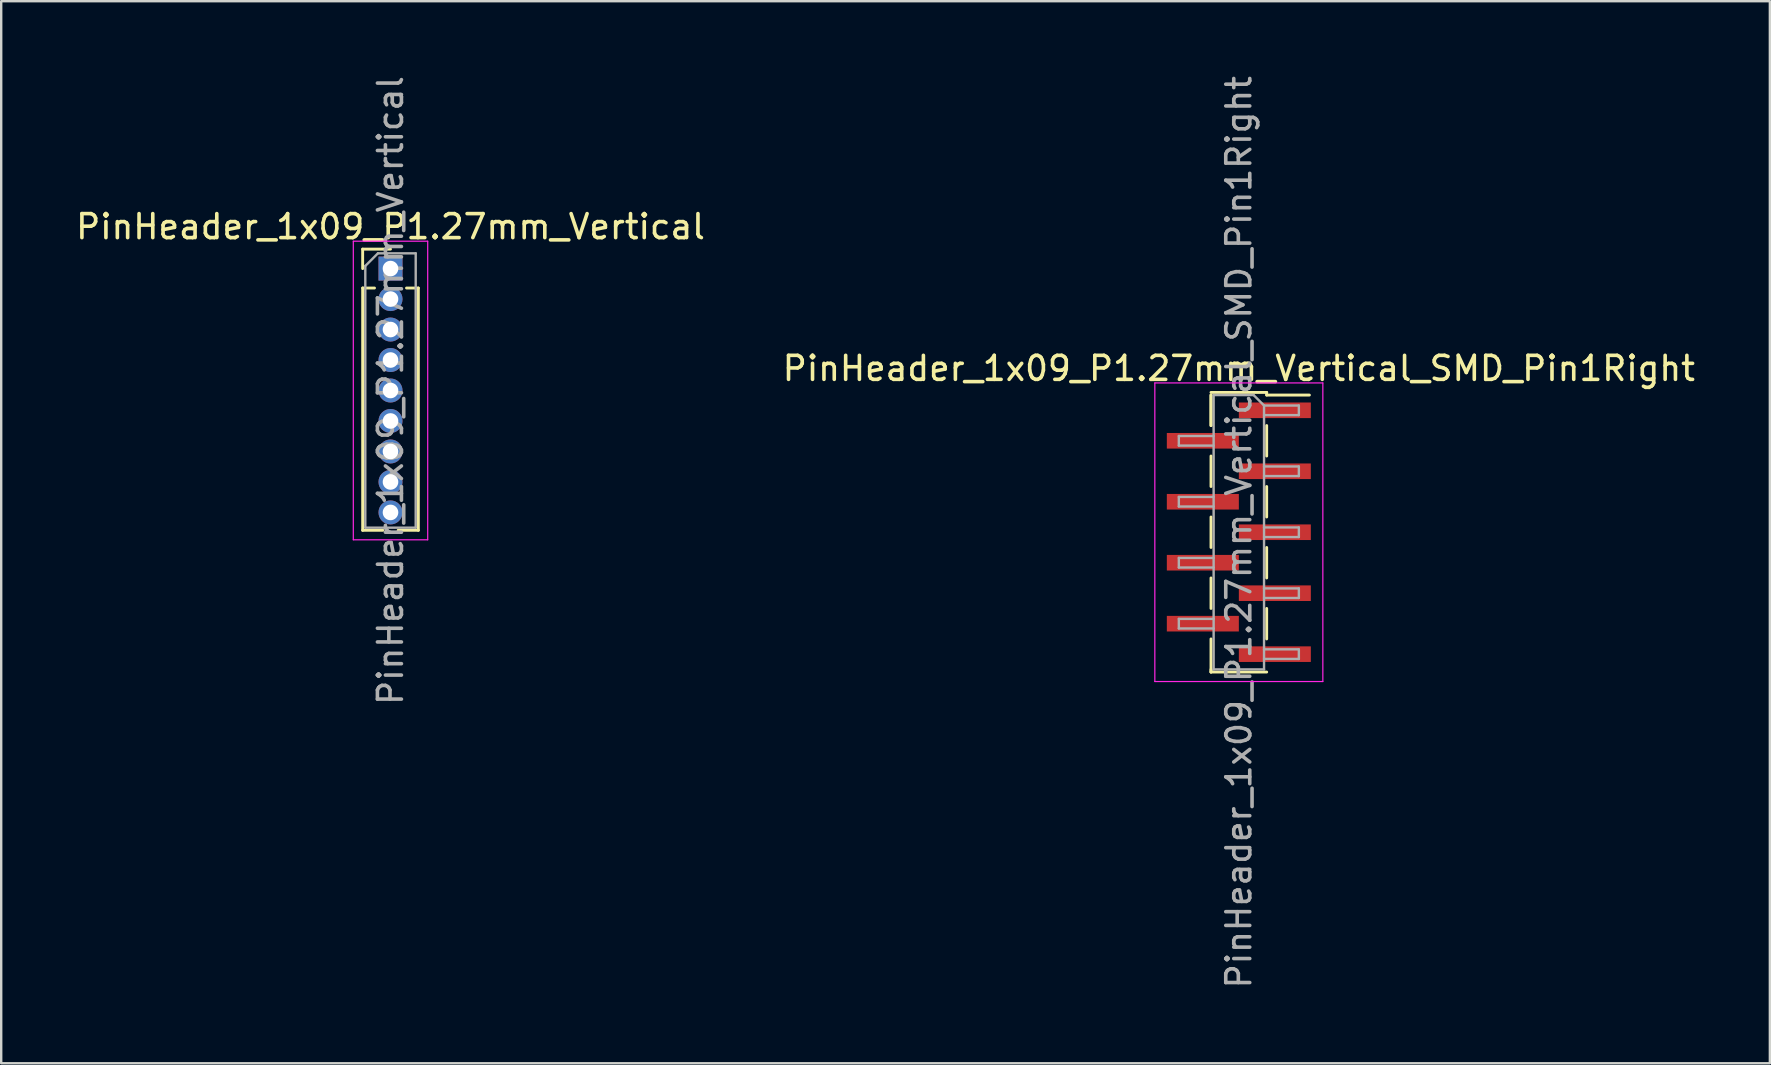
<source format=kicad_pcb>
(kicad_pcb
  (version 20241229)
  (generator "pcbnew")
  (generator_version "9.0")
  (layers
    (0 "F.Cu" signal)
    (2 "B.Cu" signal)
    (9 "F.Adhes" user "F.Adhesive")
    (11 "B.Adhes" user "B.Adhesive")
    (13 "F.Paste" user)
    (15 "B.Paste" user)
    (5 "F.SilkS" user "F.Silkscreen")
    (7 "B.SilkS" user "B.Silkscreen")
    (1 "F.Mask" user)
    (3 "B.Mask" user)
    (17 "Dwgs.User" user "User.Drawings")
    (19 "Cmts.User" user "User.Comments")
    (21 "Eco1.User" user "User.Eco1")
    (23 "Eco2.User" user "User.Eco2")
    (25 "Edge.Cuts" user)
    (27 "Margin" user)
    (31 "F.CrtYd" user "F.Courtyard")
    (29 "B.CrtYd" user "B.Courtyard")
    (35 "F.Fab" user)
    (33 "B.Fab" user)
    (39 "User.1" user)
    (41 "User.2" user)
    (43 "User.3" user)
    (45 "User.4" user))
  (footprint "PinHeader_1x09_P1.27mm_Vertical_SMD_Pin1Right"
    (layer "F.Cu")
    (at 48.565 19.125)
    (property "Reference" "PinHeader_1x09_P1.27mm_Vertical_SMD_Pin1Right" (at 0 -6.825 0) (layer "F.SilkS") (effects (font (size 1 1) (thickness 0.15))))
    (attr smd)
    (fp_line (start -1.16 -5.825) (end 1.16 -5.825) (stroke (width 0.12) (type solid)) (layer "F.SilkS"))
    (fp_line (start -1.16 -5.715) (end -1.16 -4.445) (stroke (width 0.12) (type solid)) (layer "F.SilkS"))
    (fp_line (start -1.16 -5.715) (end -1.16 -4.445) (stroke (width 0.12) (type solid)) (layer "F.SilkS"))
    (fp_line (start -1.16 -3.175) (end -1.16 -1.905) (stroke (width 0.12) (type solid)) (layer "F.SilkS"))
    (fp_line (start -1.16 -0.635) (end -1.16 0.635) (stroke (width 0.12) (type solid)) (layer "F.SilkS"))
    (fp_line (start -1.16 1.905) (end -1.16 3.175) (stroke (width 0.12) (type solid)) (layer "F.SilkS"))
    (fp_line (start -1.16 4.445) (end -1.16 5.825) (stroke (width 0.12) (type solid)) (layer "F.SilkS"))
    (fp_line (start -1.16 5.715) (end -1.16 5.825) (stroke (width 0.12) (type solid)) (layer "F.SilkS"))
    (fp_line (start -1.16 5.825) (end 1.16 5.825) (stroke (width 0.12) (type solid)) (layer "F.SilkS"))
    (fp_line (start 1.16 -5.825) (end 1.16 -5.715) (stroke (width 0.12) (type solid)) (layer "F.SilkS"))
    (fp_line (start 1.16 -5.715) (end 2.94 -5.715) (stroke (width 0.12) (type solid)) (layer "F.SilkS"))
    (fp_line (start 1.16 -4.445) (end 1.16 -3.175) (stroke (width 0.12) (type solid)) (layer "F.SilkS"))
    (fp_line (start 1.16 -1.905) (end 1.16 -0.635) (stroke (width 0.12) (type solid)) (layer "F.SilkS"))
    (fp_line (start 1.16 0.635) (end 1.16 1.905) (stroke (width 0.12) (type solid)) (layer "F.SilkS"))
    (fp_line (start 1.16 3.175) (end 1.16 4.445) (stroke (width 0.12) (type solid)) (layer "F.SilkS"))
    (fp_line (start -3.5 -6.22) (end -3.5 6.22) (stroke (width 0.05) (type solid)) (layer "F.CrtYd"))
    (fp_line (start -3.5 6.22) (end 3.5 6.22) (stroke (width 0.05) (type solid)) (layer "F.CrtYd"))
    (fp_line (start 3.5 -6.22) (end -3.5 -6.22) (stroke (width 0.05) (type solid)) (layer "F.CrtYd"))
    (fp_line (start 3.5 6.22) (end 3.5 -6.22) (stroke (width 0.05) (type solid)) (layer "F.CrtYd"))
    (fp_line (start -2.5 -4.01) (end -2.5 -3.61) (stroke (width 0.1) (type solid)) (layer "F.Fab"))
    (fp_line (start -2.5 -3.61) (end -1.05 -3.61) (stroke (width 0.1) (type solid)) (layer "F.Fab"))
    (fp_line (start -2.5 -1.47) (end -2.5 -1.07) (stroke (width 0.1) (type solid)) (layer "F.Fab"))
    (fp_line (start -2.5 -1.07) (end -1.05 -1.07) (stroke (width 0.1) (type solid)) (layer "F.Fab"))
    (fp_line (start -2.5 1.07) (end -2.5 1.47) (stroke (width 0.1) (type solid)) (layer "F.Fab"))
    (fp_line (start -2.5 1.47) (end -1.05 1.47) (stroke (width 0.1) (type solid)) (layer "F.Fab"))
    (fp_line (start -2.5 3.61) (end -2.5 4.01) (stroke (width 0.1) (type solid)) (layer "F.Fab"))
    (fp_line (start -2.5 4.01) (end -1.05 4.01) (stroke (width 0.1) (type solid)) (layer "F.Fab"))
    (fp_line (start -1.05 -5.715) (end -1.05 5.715) (stroke (width 0.1) (type solid)) (layer "F.Fab"))
    (fp_line (start -1.05 -5.715) (end 0.615 -5.715) (stroke (width 0.1) (type solid)) (layer "F.Fab"))
    (fp_line (start -1.05 -4.01) (end -2.5 -4.01) (stroke (width 0.1) (type solid)) (layer "F.Fab"))
    (fp_line (start -1.05 -1.47) (end -2.5 -1.47) (stroke (width 0.1) (type solid)) (layer "F.Fab"))
    (fp_line (start -1.05 1.07) (end -2.5 1.07) (stroke (width 0.1) (type solid)) (layer "F.Fab"))
    (fp_line (start -1.05 3.61) (end -2.5 3.61) (stroke (width 0.1) (type solid)) (layer "F.Fab"))
    (fp_line (start 1.05 -5.28) (end 0.615 -5.715) (stroke (width 0.1) (type solid)) (layer "F.Fab"))
    (fp_line (start 1.05 -5.28) (end 2.5 -5.28) (stroke (width 0.1) (type solid)) (layer "F.Fab"))
    (fp_line (start 1.05 -2.74) (end 2.5 -2.74) (stroke (width 0.1) (type solid)) (layer "F.Fab"))
    (fp_line (start 1.05 -0.2) (end 2.5 -0.2) (stroke (width 0.1) (type solid)) (layer "F.Fab"))
    (fp_line (start 1.05 2.34) (end 2.5 2.34) (stroke (width 0.1) (type solid)) (layer "F.Fab"))
    (fp_line (start 1.05 4.88) (end 2.5 4.88) (stroke (width 0.1) (type solid)) (layer "F.Fab"))
    (fp_line (start 1.05 5.715) (end -1.05 5.715) (stroke (width 0.1) (type solid)) (layer "F.Fab"))
    (fp_line (start 1.05 5.715) (end 1.05 -5.28) (stroke (width 0.1) (type solid)) (layer "F.Fab"))
    (fp_line (start 2.5 -5.28) (end 2.5 -4.88) (stroke (width 0.1) (type solid)) (layer "F.Fab"))
    (fp_line (start 2.5 -4.88) (end 1.05 -4.88) (stroke (width 0.1) (type solid)) (layer "F.Fab"))
    (fp_line (start 2.5 -2.74) (end 2.5 -2.34) (stroke (width 0.1) (type solid)) (layer "F.Fab"))
    (fp_line (start 2.5 -2.34) (end 1.05 -2.34) (stroke (width 0.1) (type solid)) (layer "F.Fab"))
    (fp_line (start 2.5 -0.2) (end 2.5 0.2) (stroke (width 0.1) (type solid)) (layer "F.Fab"))
    (fp_line (start 2.5 0.2) (end 1.05 0.2) (stroke (width 0.1) (type solid)) (layer "F.Fab"))
    (fp_line (start 2.5 2.34) (end 2.5 2.74) (stroke (width 0.1) (type solid)) (layer "F.Fab"))
    (fp_line (start 2.5 2.74) (end 1.05 2.74) (stroke (width 0.1) (type solid)) (layer "F.Fab"))
    (fp_line (start 2.5 4.88) (end 2.5 5.28) (stroke (width 0.1) (type solid)) (layer "F.Fab"))
    (fp_line (start 2.5 5.28) (end 1.05 5.28) (stroke (width 0.1) (type solid)) (layer "F.Fab"))
    (fp_text user "${REFERENCE}" (at 0 0 90) (layer "F.Fab") (effects (font (size 1 1) (thickness 0.15))))
    (pad "1" smd rect (at 1.5 -5.08) (size 3 0.65) (layers "F.Cu" "F.Mask" "F.Paste"))
    (pad "2" smd rect (at -1.5 -3.81) (size 3 0.65) (layers "F.Cu" "F.Mask" "F.Paste"))
    (pad "3" smd rect (at 1.5 -2.54) (size 3 0.65) (layers "F.Cu" "F.Mask" "F.Paste"))
    (pad "4" smd rect (at -1.5 -1.27) (size 3 0.65) (layers "F.Cu" "F.Mask" "F.Paste"))
    (pad "5" smd rect (at 1.5 0) (size 3 0.65) (layers "F.Cu" "F.Mask" "F.Paste"))
    (pad "6" smd rect (at -1.5 1.27) (size 3 0.65) (layers "F.Cu" "F.Mask" "F.Paste"))
    (pad "7" smd rect (at 1.5 2.54) (size 3 0.65) (layers "F.Cu" "F.Mask" "F.Paste"))
    (pad "8" smd rect (at -1.5 3.81) (size 3 0.65) (layers "F.Cu" "F.Mask" "F.Paste"))
    (pad "9" smd rect (at 1.5 5.08) (size 3 0.65) (layers "F.Cu" "F.Mask" "F.Paste")))
  (footprint "PinHeader_1x09_P1.27mm_Vertical"
    (layer "F.Cu")
    (at 13.22 8.14)
    (property "Reference" "PinHeader_1x09_P1.27mm_Vertical" (at 0 -1.745 0) (layer "F.SilkS") (effects (font (size 1 1) (thickness 0.15))))
    (attr through_hole)
    (fp_line (start -1.16 -0.81) (end 0 -0.81) (stroke (width 0.12) (type solid)) (layer "F.SilkS"))
    (fp_line (start -1.16 0) (end -1.16 -0.81) (stroke (width 0.12) (type solid)) (layer "F.SilkS"))
    (fp_line (start -1.16 0.81) (end -1.16 10.905) (stroke (width 0.12) (type solid)) (layer "F.SilkS"))
    (fp_line (start -1.16 0.81) (end -0.667 0.81) (stroke (width 0.12) (type solid)) (layer "F.SilkS"))
    (fp_line (start -1.16 10.905) (end -0.318 10.905) (stroke (width 0.12) (type solid)) (layer "F.SilkS"))
    (fp_line (start 0.318 10.905) (end 1.16 10.905) (stroke (width 0.12) (type solid)) (layer "F.SilkS"))
    (fp_line (start 0.667 0.81) (end 1.16 0.81) (stroke (width 0.12) (type solid)) (layer "F.SilkS"))
    (fp_line (start 1.16 0.81) (end 1.16 10.905) (stroke (width 0.12) (type solid)) (layer "F.SilkS"))
    (fp_line (start -1.55 -1.14) (end -1.55 11.3) (stroke (width 0.05) (type solid)) (layer "F.CrtYd"))
    (fp_line (start -1.55 11.3) (end 1.55 11.3) (stroke (width 0.05) (type solid)) (layer "F.CrtYd"))
    (fp_line (start 1.55 -1.14) (end -1.55 -1.14) (stroke (width 0.05) (type solid)) (layer "F.CrtYd"))
    (fp_line (start 1.55 11.3) (end 1.55 -1.14) (stroke (width 0.05) (type solid)) (layer "F.CrtYd"))
    (fp_line (start -1.05 -0.11) (end -0.525 -0.635) (stroke (width 0.1) (type solid)) (layer "F.Fab"))
    (fp_line (start -1.05 10.795) (end -1.05 -0.11) (stroke (width 0.1) (type solid)) (layer "F.Fab"))
    (fp_line (start -0.525 -0.635) (end 1.05 -0.635) (stroke (width 0.1) (type solid)) (layer "F.Fab"))
    (fp_line (start 1.05 -0.635) (end 1.05 10.795) (stroke (width 0.1) (type solid)) (layer "F.Fab"))
    (fp_line (start 1.05 10.795) (end -1.05 10.795) (stroke (width 0.1) (type solid)) (layer "F.Fab"))
    (fp_text user "${REFERENCE}" (at 0 5.08 90) (layer "F.Fab") (effects (font (size 1 1) (thickness 0.15))))
    (pad "1" thru_hole rect (at 0 0) (size 1 1) (drill 0.65) (layers "*.Cu" "*.Mask"))
    (pad "2" thru_hole circle (at 0 1.27) (size 1 1) (drill 0.65) (layers "*.Cu" "*.Mask"))
    (pad "3" thru_hole circle (at 0 2.54) (size 1 1) (drill 0.65) (layers "*.Cu" "*.Mask"))
    (pad "4" thru_hole circle (at 0 3.81) (size 1 1) (drill 0.65) (layers "*.Cu" "*.Mask"))
    (pad "5" thru_hole circle (at 0 5.08) (size 1 1) (drill 0.65) (layers "*.Cu" "*.Mask"))
    (pad "6" thru_hole circle (at 0 6.35) (size 1 1) (drill 0.65) (layers "*.Cu" "*.Mask"))
    (pad "7" thru_hole circle (at 0 7.62) (size 1 1) (drill 0.65) (layers "*.Cu" "*.Mask"))
    (pad "8" thru_hole circle (at 0 8.89) (size 1 1) (drill 0.65) (layers "*.Cu" "*.Mask"))
    (pad "9" thru_hole circle (at 0 10.16) (size 1 1) (drill 0.65) (layers "*.Cu" "*.Mask")))
  (gr_rect
    (start -3 -3)
    (end 70.69 41.25)
    (stroke (width 0.1) (type default))
    (fill no)
    (layer "Edge.Cuts")))
</source>
